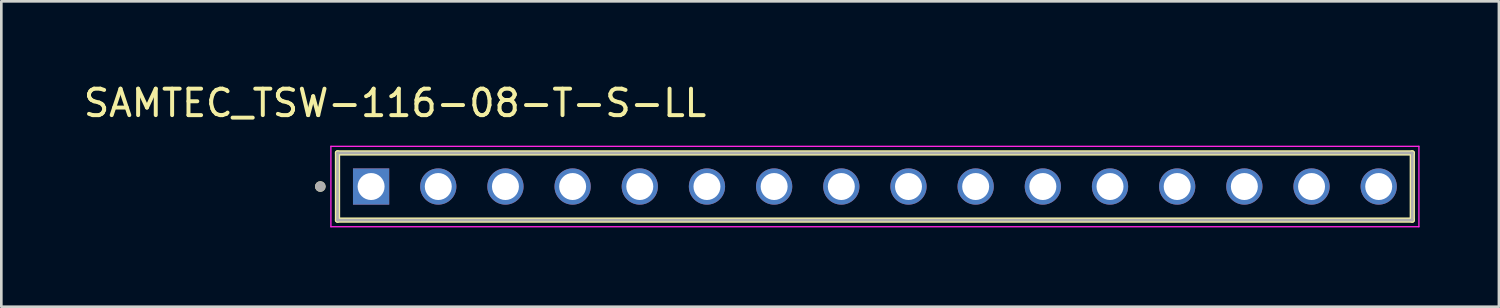
<source format=kicad_pcb>
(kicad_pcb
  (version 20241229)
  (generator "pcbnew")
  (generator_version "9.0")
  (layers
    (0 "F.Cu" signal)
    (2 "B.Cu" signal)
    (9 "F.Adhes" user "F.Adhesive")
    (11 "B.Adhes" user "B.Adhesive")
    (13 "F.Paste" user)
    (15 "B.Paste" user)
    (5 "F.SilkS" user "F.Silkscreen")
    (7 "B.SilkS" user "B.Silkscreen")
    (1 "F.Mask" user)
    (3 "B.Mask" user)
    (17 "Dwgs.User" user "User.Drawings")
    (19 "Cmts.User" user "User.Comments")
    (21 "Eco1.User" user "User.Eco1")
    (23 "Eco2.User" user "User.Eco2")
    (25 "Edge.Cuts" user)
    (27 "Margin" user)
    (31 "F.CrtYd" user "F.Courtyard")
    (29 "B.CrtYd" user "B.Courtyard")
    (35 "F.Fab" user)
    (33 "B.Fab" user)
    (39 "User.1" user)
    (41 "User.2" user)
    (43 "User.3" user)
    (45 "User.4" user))
  (footprint "SAMTEC_TSW-116-08-T-S-LL"
    (layer "F.Cu")
    (at 10.982 4.003)
    (property "Reference" "SAMTEC_TSW-116-08-T-S-LL" (at 0.905 -3.155 0) (layer "F.SilkS") (effects (font (size 1 1) (thickness 0.15))))
    (attr through_hole)
    (fp_line (start -1.27 1.27) (end -1.27 -1.27) (stroke (width 0.2) (type solid)) (layer "F.SilkS"))
    (fp_line (start 39.37 -1.27) (end -1.27 -1.27) (stroke (width 0.2) (type solid)) (layer "F.SilkS"))
    (fp_line (start 39.37 -1.27) (end 39.37 1.27) (stroke (width 0.2) (type solid)) (layer "F.SilkS"))
    (fp_line (start 39.37 1.27) (end -1.27 1.27) (stroke (width 0.2) (type solid)) (layer "F.SilkS"))
    (fp_circle (center -1.92 0) (end -1.82 0) (stroke (width 0.2) (type solid)) (fill no) (layer "F.SilkS"))
    (fp_line (start -1.52 -1.52) (end 39.62 -1.52) (stroke (width 0.05) (type solid)) (layer "F.CrtYd"))
    (fp_line (start -1.52 1.52) (end -1.52 -1.52) (stroke (width 0.05) (type solid)) (layer "F.CrtYd"))
    (fp_line (start 39.62 -1.52) (end 39.62 1.52) (stroke (width 0.05) (type solid)) (layer "F.CrtYd"))
    (fp_line (start 39.62 1.52) (end -1.52 1.52) (stroke (width 0.05) (type solid)) (layer "F.CrtYd"))
    (fp_line (start -1.27 -1.27) (end 39.37 -1.27) (stroke (width 0.1) (type solid)) (layer "F.Fab"))
    (fp_line (start -1.27 1.27) (end -1.27 -1.27) (stroke (width 0.1) (type solid)) (layer "F.Fab"))
    (fp_line (start 39.37 -1.27) (end 39.37 1.27) (stroke (width 0.1) (type solid)) (layer "F.Fab"))
    (fp_line (start 39.37 1.27) (end -1.27 1.27) (stroke (width 0.1) (type solid)) (layer "F.Fab"))
    (fp_circle (center -1.92 0) (end -1.82 0) (stroke (width 0.2) (type solid)) (fill no) (layer "F.Fab"))
    (pad "01" thru_hole rect (at 0 0) (size 1.37 1.37) (drill 1.02) (layers "*.Cu" "*.Mask"))
    (pad "02" thru_hole circle (at 2.54 0) (size 1.37 1.37) (drill 1.02) (layers "*.Cu" "*.Mask"))
    (pad "03" thru_hole circle (at 5.08 0) (size 1.37 1.37) (drill 1.02) (layers "*.Cu" "*.Mask"))
    (pad "04" thru_hole circle (at 7.62 0) (size 1.37 1.37) (drill 1.02) (layers "*.Cu" "*.Mask"))
    (pad "05" thru_hole circle (at 10.16 0) (size 1.37 1.37) (drill 1.02) (layers "*.Cu" "*.Mask"))
    (pad "06" thru_hole circle (at 12.7 0) (size 1.37 1.37) (drill 1.02) (layers "*.Cu" "*.Mask"))
    (pad "07" thru_hole circle (at 15.24 0) (size 1.37 1.37) (drill 1.02) (layers "*.Cu" "*.Mask"))
    (pad "08" thru_hole circle (at 17.78 0) (size 1.37 1.37) (drill 1.02) (layers "*.Cu" "*.Mask"))
    (pad "09" thru_hole circle (at 20.32 0) (size 1.37 1.37) (drill 1.02) (layers "*.Cu" "*.Mask"))
    (pad "10" thru_hole circle (at 22.86 0) (size 1.37 1.37) (drill 1.02) (layers "*.Cu" "*.Mask"))
    (pad "11" thru_hole circle (at 25.4 0) (size 1.37 1.37) (drill 1.02) (layers "*.Cu" "*.Mask"))
    (pad "12" thru_hole circle (at 27.94 0) (size 1.37 1.37) (drill 1.02) (layers "*.Cu" "*.Mask"))
    (pad "13" thru_hole circle (at 30.48 0) (size 1.37 1.37) (drill 1.02) (layers "*.Cu" "*.Mask"))
    (pad "14" thru_hole circle (at 33.02 0) (size 1.37 1.37) (drill 1.02) (layers "*.Cu" "*.Mask"))
    (pad "15" thru_hole circle (at 35.56 0) (size 1.37 1.37) (drill 1.02) (layers "*.Cu" "*.Mask"))
    (pad "16" thru_hole circle (at 38.1 0) (size 1.37 1.37) (drill 1.02) (layers "*.Cu" "*.Mask")))
  (gr_rect
    (start -3 -3)
    (end 53.627 8.548)
    (stroke (width 0.1) (type default))
    (fill no)
    (layer "Edge.Cuts")))
</source>
